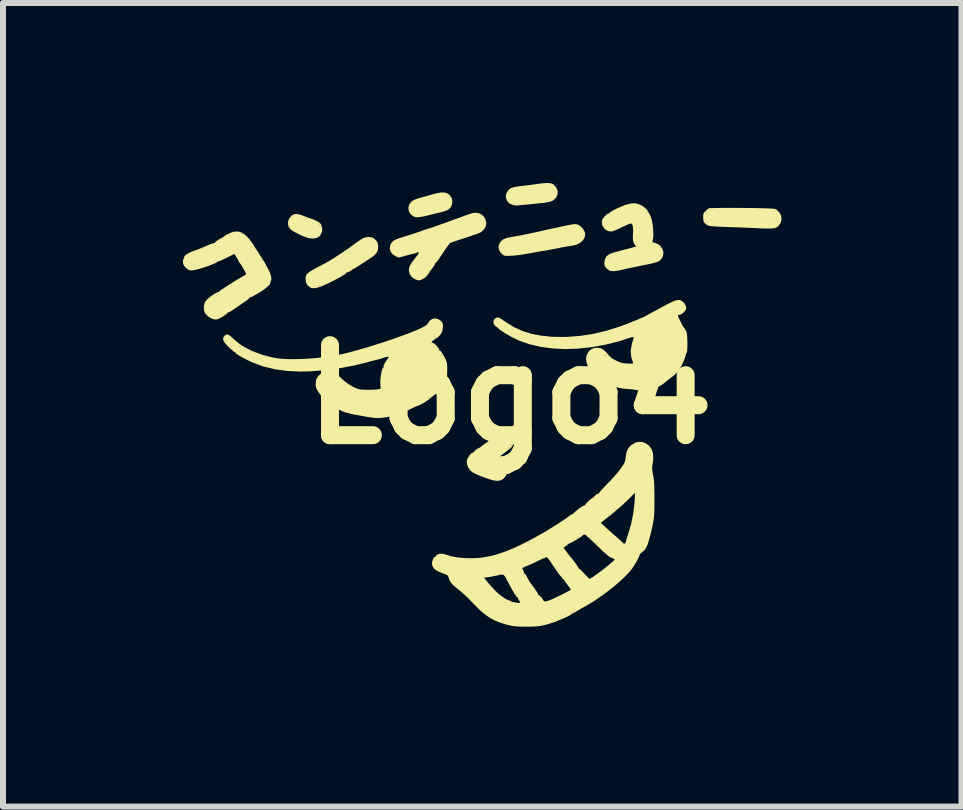
<source format=kicad_pcb>
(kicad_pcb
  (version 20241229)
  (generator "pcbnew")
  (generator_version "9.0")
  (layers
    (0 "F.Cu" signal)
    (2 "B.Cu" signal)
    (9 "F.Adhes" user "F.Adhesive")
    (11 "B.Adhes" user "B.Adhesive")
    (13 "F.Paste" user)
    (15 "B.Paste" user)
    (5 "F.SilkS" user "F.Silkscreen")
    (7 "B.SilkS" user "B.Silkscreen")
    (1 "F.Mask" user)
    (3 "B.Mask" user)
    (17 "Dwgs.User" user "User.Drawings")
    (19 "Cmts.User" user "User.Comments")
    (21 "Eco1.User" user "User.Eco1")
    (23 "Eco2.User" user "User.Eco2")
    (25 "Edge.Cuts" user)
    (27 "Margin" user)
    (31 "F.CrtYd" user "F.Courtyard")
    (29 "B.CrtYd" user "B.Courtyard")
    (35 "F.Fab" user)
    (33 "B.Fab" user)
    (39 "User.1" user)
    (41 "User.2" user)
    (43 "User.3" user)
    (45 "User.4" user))
  (footprint "Logo4"
    (layer "F.Cu")
    (at 5.451 3.526)
    (property "Reference" "Logo4" (at 0 0 0) (layer "F.SilkS") (effects (font (size 1.5 1.5) (thickness 0.3))))
    (attr board_only exclude_from_pos_files exclude_from_bom)
    (fp_poly (pts (xy -0.61 0.962) (xy -0.616 0.968) (xy -0.622 0.962) (xy -0.616 0.956)) (stroke (width 0) (type solid)) (fill yes) (layer "F.SilkS"))
    (fp_poly (pts (xy -3.48 -2.992) (xy -3.451 -2.981) (xy -3.401 -2.961) (xy -3.349 -2.942) (xy -3.317 -2.932) (xy -3.264 -2.913) (xy -3.215 -2.889) (xy -3.175 -2.864) (xy -3.152 -2.841) (xy -3.15 -2.836) (xy -3.13 -2.769) (xy -3.133 -2.711) (xy -3.157 -2.66) (xy -3.182 -2.632) (xy -3.225 -2.608) (xy -3.281 -2.599) (xy -3.345 -2.604) (xy -3.393 -2.618) (xy -3.458 -2.643) (xy -3.522 -2.673) (xy -3.581 -2.703) (xy -3.628 -2.73) (xy -3.659 -2.753) (xy -3.659 -2.753) (xy -3.691 -2.799) (xy -3.699 -2.839) (xy -3.179 -2.839) (xy -3.174 -2.833) (xy -3.168 -2.839) (xy -3.174 -2.845) (xy -3.179 -2.839) (xy -3.699 -2.839) (xy -3.702 -2.852) (xy -3.693 -2.906) (xy -3.667 -2.952) (xy -3.63 -2.989) (xy -3.589 -3.008) (xy -3.54 -3.008)) (stroke (width 0) (type solid)) (fill yes) (layer "F.SilkS"))
    (fp_poly (pts (xy -1.092 -3.367) (xy -1.049 -3.355) (xy -1.013 -3.331) (xy -1.005 -3.324) (xy -0.972 -3.277) (xy -0.96 -3.223) (xy -0.966 -3.168) (xy -0.99 -3.118) (xy -1.032 -3.078) (xy -1.057 -3.067) (xy -1.097 -3.053) (xy -1.145 -3.039) (xy -1.154 -3.037) (xy -1.209 -3.024) (xy -1.276 -3.008) (xy -1.344 -2.991) (xy -1.376 -2.983) (xy -1.45 -2.966) (xy -1.507 -2.957) (xy -1.549 -2.954) (xy -1.583 -2.959) (xy -1.612 -2.97) (xy -1.623 -2.977) (xy -1.665 -3.015) (xy -1.689 -3.063) (xy -1.693 -3.116) (xy -1.678 -3.168) (xy -1.646 -3.211) (xy -1.627 -3.227) (xy -1.606 -3.24) (xy -1.579 -3.252) (xy -1.541 -3.265) (xy -1.489 -3.281) (xy -1.422 -3.299) (xy -1.389 -3.308) (xy -1.344 -3.321) (xy -1.297 -3.335) (xy -1.212 -3.357) (xy -1.145 -3.368)) (stroke (width 0) (type solid)) (fill yes) (layer "F.SilkS"))
    (fp_poly (pts (xy 0.665 -3.523) (xy 0.706 -3.513) (xy 0.731 -3.497) (xy 0.774 -3.447) (xy 0.795 -3.392) (xy 0.793 -3.337) (xy 0.769 -3.284) (xy 0.747 -3.258) (xy 0.728 -3.242) (xy 0.707 -3.228) (xy 0.679 -3.217) (xy 0.643 -3.208) (xy 0.594 -3.199) (xy 0.53 -3.191) (xy 0.448 -3.182) (xy 0.357 -3.173) (xy 0.289 -3.167) (xy 0.226 -3.161) (xy 0.174 -3.156) (xy 0.138 -3.152) (xy 0.126 -3.15) (xy 0.09 -3.151) (xy 0.05 -3.159) (xy 0.045 -3.161) (xy -0.002 -3.181) (xy -0.033 -3.207) (xy -0.055 -3.241) (xy -0.07 -3.294) (xy -0.062 -3.348) (xy -0.031 -3.4) (xy -0.012 -3.421) (xy 0.015 -3.439) (xy 0.057 -3.454) (xy 0.117 -3.466) (xy 0.197 -3.476) (xy 0.209 -3.478) (xy 0.278 -3.485) (xy 0.355 -3.495) (xy 0.426 -3.505) (xy 0.442 -3.508) (xy 0.536 -3.52) (xy 0.61 -3.526)) (stroke (width 0) (type solid)) (fill yes) (layer "F.SilkS"))
    (fp_poly (pts (xy 1.101 -2.84) (xy 1.13 -2.832) (xy 1.138 -2.829) (xy 1.177 -2.804) (xy 1.213 -2.767) (xy 1.24 -2.724) (xy 1.254 -2.684) (xy 1.255 -2.674) (xy 1.244 -2.616) (xy 1.212 -2.565) (xy 1.163 -2.523) (xy 1.1 -2.494) (xy 1.044 -2.482) (xy 0.995 -2.475) (xy 0.936 -2.465) (xy 0.891 -2.457) (xy 0.795 -2.438) (xy 0.719 -2.423) (xy 0.661 -2.412) (xy 0.62 -2.404) (xy 0.591 -2.399) (xy 0.573 -2.397) (xy 0.546 -2.393) (xy 0.505 -2.386) (xy 0.455 -2.377) (xy 0.441 -2.374) (xy 0.342 -2.356) (xy 0.261 -2.342) (xy 0.195 -2.331) (xy 0.14 -2.323) (xy 0.09 -2.318) (xy 0.041 -2.314) (xy 0.024 -2.313) (xy -0.03 -2.31) (xy -0.066 -2.31) (xy -0.09 -2.314) (xy -0.109 -2.322) (xy -0.123 -2.332) (xy -0.161 -2.372) (xy -0.185 -2.421) (xy -0.191 -2.456) (xy -0.18 -2.508) (xy -0.15 -2.555) (xy -0.106 -2.591) (xy -0.053 -2.611) (xy -0.05 -2.612) (xy 0.01 -2.622) (xy 0.086 -2.636) (xy 0.173 -2.652) (xy 0.265 -2.671) (xy 0.355 -2.689) (xy 0.436 -2.706) (xy 0.504 -2.721) (xy 0.52 -2.725) (xy 0.561 -2.735) (xy 0.619 -2.748) (xy 0.689 -2.763) (xy 0.764 -2.779) (xy 0.839 -2.795) (xy 0.91 -2.81) (xy 0.97 -2.823) (xy 1.013 -2.832) (xy 1.023 -2.833) (xy 1.068 -2.84)) (stroke (width 0) (type solid)) (fill yes) (layer "F.SilkS"))
    (fp_poly (pts (xy 3.744 -3.111) (xy 3.846 -3.11) (xy 3.952 -3.109) (xy 4.054 -3.108) (xy 4.055 -3.108) (xy 4.158 -3.106) (xy 4.24 -3.104) (xy 4.304 -3.102) (xy 4.351 -3.1) (xy 4.386 -3.097) (xy 4.411 -3.094) (xy 4.428 -3.089) (xy 4.44 -3.084) (xy 4.447 -3.079) (xy 4.494 -3.031) (xy 4.521 -2.976) (xy 4.527 -2.918) (xy 4.513 -2.863) (xy 4.479 -2.813) (xy 4.455 -2.792) (xy 4.435 -2.781) (xy 4.409 -2.773) (xy 4.372 -2.768) (xy 4.323 -2.766) (xy 4.258 -2.767) (xy 4.174 -2.769) (xy 4.082 -2.774) (xy 4.022 -2.777) (xy 3.945 -2.78) (xy 3.857 -2.784) (xy 3.763 -2.787) (xy 3.67 -2.79) (xy 3.646 -2.791) (xy 3.563 -2.794) (xy 3.487 -2.797) (xy 3.42 -2.801) (xy 3.367 -2.805) (xy 3.332 -2.808) (xy 3.322 -2.81) (xy 3.284 -2.826) (xy 3.251 -2.851) (xy 3.25 -2.852) (xy 3.233 -2.874) (xy 3.233 -2.875) (xy 3.275 -2.875) (xy 3.281 -2.869) (xy 3.287 -2.875) (xy 3.281 -2.881) (xy 3.275 -2.875) (xy 3.233 -2.875) (xy 3.224 -2.901) (xy 3.221 -2.94) (xy 3.221 -2.955) (xy 3.222 -2.996) (xy 3.228 -3.022) (xy 3.242 -3.042) (xy 3.242 -3.042) (xy 3.263 -3.042) (xy 3.269 -3.036) (xy 3.275 -3.042) (xy 3.269 -3.048) (xy 3.263 -3.042) (xy 3.242 -3.042) (xy 3.267 -3.065) (xy 3.269 -3.066) (xy 3.316 -3.106) (xy 3.505 -3.11) (xy 3.567 -3.111) (xy 3.649 -3.111)) (stroke (width 0) (type solid)) (fill yes) (layer "F.SilkS"))
    (fp_poly (pts (xy -2.307 -2.621) (xy -2.256 -2.593) (xy -2.217 -2.549) (xy -2.202 -2.511) (xy -2.197 -2.463) (xy -2.201 -2.415) (xy -2.214 -2.377) (xy -2.216 -2.375) (xy -2.238 -2.345) (xy -2.259 -2.322) (xy -2.286 -2.3) (xy -2.325 -2.273) (xy -2.349 -2.257) (xy -2.427 -2.206) (xy -2.487 -2.167) (xy -2.533 -2.138) (xy -2.565 -2.118) (xy -2.587 -2.105) (xy -2.6 -2.097) (xy -2.608 -2.094) (xy -2.61 -2.094) (xy -2.627 -2.085) (xy -2.628 -2.084) (xy -2.648 -2.065) (xy -2.675 -2.049) (xy -2.701 -2.039) (xy -2.716 -2.039) (xy -2.724 -2.04) (xy -2.722 -2.036) (xy -2.728 -2.024) (xy -2.756 -2.002) (xy -2.805 -1.972) (xy -2.874 -1.933) (xy -2.964 -1.886) (xy -2.97 -1.883) (xy -3.068 -1.835) (xy -3.148 -1.801) (xy -3.213 -1.779) (xy -3.265 -1.771) (xy -3.306 -1.774) (xy -3.329 -1.783) (xy -3.363 -1.811) (xy -3.179 -1.811) (xy -3.174 -1.805) (xy -3.168 -1.811) (xy -3.174 -1.817) (xy -3.179 -1.811) (xy -3.363 -1.811) (xy -3.374 -1.819) (xy -3.399 -1.866) (xy -3.407 -1.923) (xy -3.405 -1.963) (xy -3.397 -1.99) (xy -3.379 -2.013) (xy -3.366 -2.025) (xy -3.34 -2.045) (xy -3.297 -2.072) (xy -3.245 -2.101) (xy -3.196 -2.127) (xy -3.135 -2.158) (xy -3.071 -2.193) (xy -3.015 -2.225) (xy -2.982 -2.245) (xy -2.936 -2.274) (xy -2.884 -2.308) (xy -2.83 -2.343) (xy -2.779 -2.377) (xy -2.735 -2.407) (xy -2.702 -2.429) (xy -2.684 -2.441) (xy -2.683 -2.442) (xy -2.646 -2.469) (xy -2.598 -2.505) (xy -2.545 -2.543) (xy -2.498 -2.576) (xy -2.431 -2.613) (xy -2.367 -2.627)) (stroke (width 0) (type solid)) (fill yes) (layer "F.SilkS"))
    (fp_poly (pts (xy -0.045 0.628) (xy 0.003 0.649) (xy 0.04 0.684) (xy 0.061 0.731) (xy 0.064 0.787) (xy 0.061 0.802) (xy 0.049 0.839) (xy 0.032 0.87) (xy 0.028 0.875) (xy 0.009 0.893) (xy -0.025 0.921) (xy -0.067 0.955) (xy -0.112 0.989) (xy -0.154 1.021) (xy -0.189 1.046) (xy -0.199 1.052) (xy -0.219 1.068) (xy -0.227 1.078) (xy -0.217 1.088) (xy -0.191 1.102) (xy -0.169 1.112) (xy -0.113 1.141) (xy -0.077 1.174) (xy -0.058 1.216) (xy -0.051 1.258) (xy -0.051 1.305) (xy -0.061 1.341) (xy -0.07 1.359) (xy -0.107 1.404) (xy -0.152 1.431) (xy -0.207 1.44) (xy -0.275 1.432) (xy -0.347 1.412) (xy -0.446 1.377) (xy -0.525 1.346) (xy -0.586 1.318) (xy -0.632 1.291) (xy -0.665 1.262) (xy -0.684 1.237) (xy -0.669 1.237) (xy -0.663 1.243) (xy -0.657 1.237) (xy -0.663 1.231) (xy -0.669 1.237) (xy -0.684 1.237) (xy -0.689 1.231) (xy -0.706 1.194) (xy -0.707 1.189) (xy -0.084 1.189) (xy -0.078 1.195) (xy -0.072 1.189) (xy -0.078 1.183) (xy -0.084 1.189) (xy -0.707 1.189) (xy -0.718 1.15) (xy -0.718 1.149) (xy -0.721 1.11) (xy -0.708 1.071) (xy -0.705 1.065) (xy -0.677 1.019) (xy -0.65 0.986) (xy -0.627 0.971) (xy -0.62 0.971) (xy -0.606 0.966) (xy -0.604 0.96) (xy -0.595 0.946) (xy -0.572 0.926) (xy -0.544 0.905) (xy -0.519 0.89) (xy -0.024 0.89) (xy -0.018 0.896) (xy -0.012 0.89) (xy -0.018 0.885) (xy -0.024 0.89) (xy -0.519 0.89) (xy -0.518 0.89) (xy -0.502 0.885) (xy -0.488 0.876) (xy -0.488 0.875) (xy -0.477 0.864) (xy -0.465 0.855) (xy 0.012 0.855) (xy 0.018 0.861) (xy 0.024 0.855) (xy 0.018 0.849) (xy 0.012 0.855) (xy -0.465 0.855) (xy -0.451 0.844) (xy -0.415 0.819) (xy -0.406 0.812) (xy -0.369 0.786) (xy -0.34 0.766) (xy -0.324 0.754) (xy -0.323 0.753) (xy -0.303 0.736) (xy -0.275 0.715) (xy -0.245 0.696) (xy -0.222 0.682) (xy -0.212 0.678) (xy -0.204 0.672) (xy -0.203 0.669) (xy -0.193 0.656) (xy -0.169 0.642) (xy -0.162 0.639) (xy -0.101 0.624)) (stroke (width 0) (type solid)) (fill yes) (layer "F.SilkS"))
    (fp_poly (pts (xy -0.497 -3.013) (xy -0.449 -2.98) (xy -0.413 -2.931) (xy -0.396 -2.872) (xy -0.394 -2.849) (xy -0.405 -2.799) (xy -0.435 -2.75) (xy -0.479 -2.709) (xy -0.529 -2.683) (xy -0.565 -2.671) (xy -0.593 -2.662) (xy -0.601 -2.66) (xy -0.623 -2.654) (xy -0.645 -2.645) (xy -0.668 -2.637) (xy -0.708 -2.623) (xy -0.76 -2.606) (xy -0.819 -2.587) (xy -0.831 -2.583) (xy -0.889 -2.564) (xy -0.939 -2.547) (xy -0.976 -2.534) (xy -0.997 -2.526) (xy -0.999 -2.525) (xy -1.007 -2.516) (xy -1.021 -2.498) (xy -1.043 -2.467) (xy -1.075 -2.422) (xy -1.116 -2.361) (xy -1.169 -2.283) (xy -1.187 -2.256) (xy -1.212 -2.222) (xy -1.233 -2.197) (xy -1.246 -2.187) (xy -1.246 -2.187) (xy -1.253 -2.182) (xy -1.251 -2.18) (xy -1.253 -2.167) (xy -1.267 -2.142) (xy -1.277 -2.129) (xy -1.304 -2.092) (xy -1.334 -2.049) (xy -1.345 -2.032) (xy -1.382 -1.982) (xy -1.417 -1.947) (xy -1.457 -1.923) (xy -1.467 -1.918) (xy -1.499 -1.905) (xy -1.524 -1.902) (xy -1.553 -1.91) (xy -1.587 -1.924) (xy -1.637 -1.959) (xy -1.671 -2.007) (xy -1.682 -2.05) (xy -1.351 -2.05) (xy -1.345 -2.044) (xy -1.339 -2.05) (xy -1.345 -2.056) (xy -1.351 -2.05) (xy -1.682 -2.05) (xy -1.685 -2.065) (xy -1.685 -2.071) (xy -1.683 -2.103) (xy -1.674 -2.134) (xy -1.656 -2.169) (xy -1.627 -2.212) (xy -1.585 -2.267) (xy -1.579 -2.275) (xy -1.544 -2.32) (xy -1.525 -2.35) (xy -1.52 -2.366) (xy -1.524 -2.371) (xy -1.543 -2.371) (xy -1.547 -2.368) (xy -1.563 -2.358) (xy -1.587 -2.352) (xy -1.612 -2.346) (xy -1.654 -2.336) (xy -1.705 -2.322) (xy -1.736 -2.314) (xy -1.853 -2.282) (xy -1.905 -2.305) (xy -1.957 -2.339) (xy -1.99 -2.383) (xy -2.004 -2.434) (xy -1.997 -2.488) (xy -1.979 -2.523) (xy -1.959 -2.547) (xy -1.933 -2.568) (xy -1.897 -2.587) (xy -1.845 -2.606) (xy -1.775 -2.628) (xy -1.769 -2.63) (xy -1.709 -2.648) (xy -1.646 -2.668) (xy -1.585 -2.688) (xy -1.531 -2.706) (xy -1.491 -2.72) (xy -1.476 -2.726) (xy -1.454 -2.734) (xy -1.416 -2.747) (xy -1.369 -2.762) (xy -1.357 -2.766) (xy -1.326 -2.775) (xy -1.293 -2.786) (xy -1.253 -2.8) (xy -1.204 -2.817) (xy -1.145 -2.838) (xy -1.072 -2.865) (xy -0.984 -2.897) (xy -0.877 -2.936) (xy -0.777 -2.972) (xy -0.723 -2.992) (xy -0.672 -3.009) (xy -0.633 -3.021) (xy -0.618 -3.025) (xy -0.555 -3.03)) (stroke (width 0) (type solid)) (fill yes) (layer "F.SilkS"))
    (fp_poly (pts (xy 2.138 -3.176) (xy 2.186 -3.156) (xy 2.221 -3.134) (xy 2.257 -3.105) (xy 2.286 -3.076) (xy 2.304 -3.05) (xy 2.307 -3.04) (xy 2.314 -3.024) (xy 2.317 -3.022) (xy 2.326 -3.01) (xy 2.339 -2.981) (xy 2.354 -2.941) (xy 2.355 -2.94) (xy 2.369 -2.886) (xy 2.38 -2.819) (xy 2.387 -2.746) (xy 2.39 -2.677) (xy 2.388 -2.617) (xy 2.381 -2.58) (xy 2.375 -2.551) (xy 2.379 -2.538) (xy 2.397 -2.531) (xy 2.407 -2.529) (xy 2.466 -2.508) (xy 2.513 -2.471) (xy 2.544 -2.424) (xy 2.558 -2.371) (xy 2.552 -2.315) (xy 2.531 -2.27) (xy 2.514 -2.248) (xy 2.495 -2.231) (xy 2.471 -2.216) (xy 2.436 -2.203) (xy 2.389 -2.19) (xy 2.324 -2.175) (xy 2.263 -2.163) (xy 2.16 -2.142) (xy 2.078 -2.125) (xy 2.012 -2.111) (xy 1.959 -2.1) (xy 1.915 -2.09) (xy 1.878 -2.081) (xy 1.847 -2.074) (xy 1.796 -2.064) (xy 1.745 -2.057) (xy 1.718 -2.056) (xy 1.678 -2.059) (xy 1.649 -2.071) (xy 1.617 -2.096) (xy 1.59 -2.124) (xy 1.577 -2.149) (xy 1.573 -2.183) (xy 1.573 -2.195) (xy 1.583 -2.257) (xy 1.595 -2.277) (xy 1.65 -2.277) (xy 1.655 -2.271) (xy 1.661 -2.277) (xy 1.655 -2.283) (xy 1.65 -2.277) (xy 1.595 -2.277) (xy 1.611 -2.305) (xy 1.66 -2.342) (xy 1.727 -2.367) (xy 1.752 -2.373) (xy 1.794 -2.384) (xy 1.849 -2.399) (xy 1.91 -2.415) (xy 1.93 -2.42) (xy 1.989 -2.435) (xy 2.04 -2.449) (xy 2.066 -2.456) (xy 2.498 -2.456) (xy 2.504 -2.45) (xy 2.51 -2.456) (xy 2.504 -2.462) (xy 2.498 -2.456) (xy 2.066 -2.456) (xy 2.078 -2.46) (xy 2.098 -2.466) (xy 2.101 -2.467) (xy 2.097 -2.478) (xy 2.089 -2.488) (xy 2.065 -2.522) (xy 2.051 -2.564) (xy 2.048 -2.621) (xy 2.05 -2.673) (xy 2.053 -2.749) (xy 2.047 -2.804) (xy 2.044 -2.814) (xy 2.037 -2.834) (xy 2.029 -2.846) (xy 2.017 -2.85) (xy 1.996 -2.847) (xy 1.964 -2.834) (xy 1.916 -2.812) (xy 1.859 -2.785) (xy 1.807 -2.76) (xy 1.76 -2.739) (xy 1.724 -2.725) (xy 1.707 -2.719) (xy 1.657 -2.718) (xy 1.61 -2.737) (xy 1.569 -2.771) (xy 1.541 -2.816) (xy 1.53 -2.869) (xy 1.53 -2.872) (xy 1.53 -2.875) (xy 1.542 -2.875) (xy 1.548 -2.869) (xy 1.554 -2.875) (xy 1.548 -2.881) (xy 1.542 -2.875) (xy 1.53 -2.875) (xy 1.534 -2.903) (xy 1.547 -2.931) (xy 1.575 -2.966) (xy 1.58 -2.971) (xy 1.61 -3) (xy 1.635 -3.017) (xy 1.646 -3.019) (xy 1.657 -3.019) (xy 1.656 -3.023) (xy 1.663 -3.033) (xy 1.675 -3.042) (xy 2.283 -3.042) (xy 2.289 -3.036) (xy 2.295 -3.042) (xy 2.289 -3.048) (xy 2.283 -3.042) (xy 1.675 -3.042) (xy 1.687 -3.051) (xy 1.726 -3.072) (xy 1.774 -3.096) (xy 1.827 -3.121) (xy 1.882 -3.144) (xy 1.93 -3.162) (xy 2.009 -3.183) (xy 2.077 -3.188)) (stroke (width 0) (type solid)) (fill yes) (layer "F.SilkS"))
    (fp_poly (pts (xy 2.828 -1.575) (xy 2.855 -1.565) (xy 2.862 -1.561) (xy 2.898 -1.532) (xy 2.924 -1.493) (xy 2.937 -1.452) (xy 2.935 -1.428) (xy 2.92 -1.396) (xy 2.892 -1.364) (xy 2.859 -1.339) (xy 2.83 -1.327) (xy 2.826 -1.327) (xy 2.806 -1.325) (xy 2.799 -1.316) (xy 2.804 -1.296) (xy 2.821 -1.261) (xy 2.825 -1.253) (xy 2.844 -1.216) (xy 2.858 -1.184) (xy 2.862 -1.173) (xy 2.875 -1.148) (xy 2.898 -1.117) (xy 2.905 -1.109) (xy 2.936 -1.059) (xy 2.949 -1.017) (xy 2.953 -0.977) (xy 2.956 -0.927) (xy 2.958 -0.871) (xy 2.958 -0.815) (xy 2.956 -0.764) (xy 2.953 -0.724) (xy 2.949 -0.7) (xy 2.946 -0.696) (xy 2.935 -0.679) (xy 2.934 -0.675) (xy 2.929 -0.65) (xy 2.916 -0.611) (xy 2.898 -0.563) (xy 2.877 -0.515) (xy 2.856 -0.472) (xy 2.853 -0.467) (xy 2.798 -0.384) (xy 2.734 -0.317) (xy 2.689 -0.284) (xy 2.647 -0.252) (xy 2.602 -0.217) (xy 2.588 -0.204) (xy 2.552 -0.175) (xy 2.514 -0.151) (xy 2.464 -0.126) (xy 2.426 -0.109) (xy 2.388 -0.097) (xy 2.335 -0.087) (xy 2.274 -0.079) (xy 2.212 -0.073) (xy 2.155 -0.071) (xy 2.109 -0.073) (xy 2.086 -0.078) (xy 2.07 -0.081) (xy 2.035 -0.085) (xy 1.987 -0.09) (xy 1.941 -0.094) (xy 1.87 -0.101) (xy 1.814 -0.111) (xy 1.763 -0.125) (xy 1.706 -0.146) (xy 1.705 -0.147) (xy 1.598 -0.197) (xy 1.505 -0.254) (xy 1.425 -0.317) (xy 1.446 -0.317) (xy 1.452 -0.311) (xy 1.458 -0.317) (xy 1.452 -0.323) (xy 1.446 -0.317) (xy 1.425 -0.317) (xy 1.425 -0.317) (xy 1.36 -0.383) (xy 1.348 -0.4) (xy 1.363 -0.4) (xy 1.369 -0.394) (xy 1.375 -0.4) (xy 1.369 -0.406) (xy 1.363 -0.4) (xy 1.348 -0.4) (xy 1.311 -0.451) (xy 1.28 -0.519) (xy 1.268 -0.586) (xy 1.276 -0.649) (xy 1.277 -0.651) (xy 1.59 -0.651) (xy 1.596 -0.645) (xy 1.602 -0.651) (xy 1.596 -0.657) (xy 1.59 -0.651) (xy 1.277 -0.651) (xy 1.305 -0.706) (xy 1.318 -0.723) (xy 1.358 -0.757) (xy 1.404 -0.775) (xy 1.465 -0.78) (xy 1.519 -0.769) (xy 1.571 -0.737) (xy 1.623 -0.682) (xy 1.629 -0.675) (xy 1.665 -0.634) (xy 1.704 -0.602) (xy 1.757 -0.572) (xy 1.769 -0.565) (xy 1.82 -0.542) (xy 1.863 -0.527) (xy 1.908 -0.52) (xy 1.959 -0.516) (xy 2.008 -0.514) (xy 2.037 -0.515) (xy 2.05 -0.518) (xy 2.053 -0.525) (xy 2.05 -0.534) (xy 2.02 -0.632) (xy 2.013 -0.732) (xy 2.03 -0.835) (xy 2.043 -0.88) (xy 2.055 -0.917) (xy 2.061 -0.946) (xy 2.061 -0.957) (xy 2.048 -0.959) (xy 2.021 -0.952) (xy 2.014 -0.949) (xy 1.987 -0.94) (xy 1.973 -0.938) (xy 1.972 -0.94) (xy 1.965 -0.94) (xy 1.957 -0.935) (xy 1.94 -0.927) (xy 1.905 -0.915) (xy 1.858 -0.899) (xy 1.811 -0.885) (xy 1.581 -0.828) (xy 1.353 -0.788) (xy 1.13 -0.764) (xy 0.914 -0.757) (xy 0.706 -0.768) (xy 0.508 -0.795) (xy 0.323 -0.838) (xy 0.152 -0.898) (xy 0.048 -0.947) (xy -0.017 -0.983) (xy -0.079 -1.02) (xy -0.133 -1.055) (xy -0.175 -1.085) (xy -0.197 -1.106) (xy -0.215 -1.122) (xy -0.242 -1.141) (xy -0.266 -1.162) (xy -0.267 -1.165) (xy -0.263 -1.165) (xy -0.257 -1.159) (xy -0.251 -1.165) (xy -0.257 -1.171) (xy -0.263 -1.165) (xy -0.267 -1.165) (xy -0.274 -1.192) (xy -0.275 -1.206) (xy -0.271 -1.239) (xy -0.254 -1.261) (xy -0.239 -1.271) (xy -0.221 -1.281) (xy -0.205 -1.284) (xy -0.187 -1.281) (xy -0.162 -1.27) (xy -0.127 -1.247) (xy -0.078 -1.214) (xy -0.059 -1.201) (xy 0.069 -1.122) (xy 0.207 -1.059) (xy 0.357 -1.012) (xy 0.521 -0.98) (xy 0.7 -0.962) (xy 0.896 -0.959) (xy 0.962 -0.961) (xy 1.179 -0.978) (xy 1.394 -1.012) (xy 1.611 -1.064) (xy 1.835 -1.134) (xy 1.942 -1.174) (xy 2.002 -1.197) (xy 2.065 -1.223) (xy 2.127 -1.248) (xy 2.183 -1.273) (xy 2.231 -1.293) (xy 2.264 -1.309) (xy 2.278 -1.317) (xy 2.295 -1.327) (xy 2.326 -1.345) (xy 2.356 -1.36) (xy 2.391 -1.379) (xy 2.441 -1.406) (xy 2.499 -1.438) (xy 2.559 -1.471) (xy 2.564 -1.473) (xy 2.622 -1.504) (xy 2.678 -1.532) (xy 2.727 -1.554) (xy 2.761 -1.567) (xy 2.764 -1.568) (xy 2.802 -1.576)) (stroke (width 0) (type solid)) (fill yes) (layer "F.SilkS"))
    (fp_poly (pts (xy -4.474 -2.701) (xy -4.411 -2.66) (xy -4.35 -2.596) (xy -4.338 -2.58) (xy -4.312 -2.545) (xy -4.291 -2.516) (xy -4.279 -2.502) (xy -4.268 -2.484) (xy -4.267 -2.479) (xy -4.261 -2.466) (xy -4.244 -2.44) (xy -4.225 -2.413) (xy -4.203 -2.381) (xy -4.188 -2.357) (xy -4.184 -2.348) (xy -4.177 -2.335) (xy -4.16 -2.311) (xy -4.154 -2.302) (xy -4.135 -2.274) (xy -4.124 -2.253) (xy -4.124 -2.249) (xy -4.118 -2.236) (xy -4.115 -2.235) (xy -4.103 -2.226) (xy -4.093 -2.208) (xy -4.081 -2.186) (xy -4.062 -2.149) (xy -4.038 -2.105) (xy -4.029 -2.089) (xy -3.997 -2.02) (xy -3.98 -1.958) (xy -3.978 -1.908) (xy -3.992 -1.871) (xy -3.993 -1.87) (xy -4 -1.856) (xy -3.997 -1.853) (xy -3.996 -1.846) (xy -4.009 -1.829) (xy -4.034 -1.805) (xy -4.067 -1.777) (xy -4.102 -1.749) (xy -4.137 -1.724) (xy -4.154 -1.714) (xy -4.199 -1.687) (xy -4.244 -1.661) (xy -4.273 -1.644) (xy -4.303 -1.629) (xy -4.325 -1.621) (xy -4.33 -1.622) (xy -4.337 -1.619) (xy -4.336 -1.616) (xy -4.344 -1.606) (xy -4.368 -1.585) (xy -4.405 -1.557) (xy -4.446 -1.529) (xy -4.5 -1.492) (xy -4.554 -1.455) (xy -4.6 -1.423) (xy -4.623 -1.407) (xy -4.657 -1.385) (xy -4.685 -1.371) (xy -4.698 -1.369) (xy -4.707 -1.367) (xy -4.707 -1.361) (xy -4.715 -1.349) (xy -4.739 -1.33) (xy -4.773 -1.307) (xy -4.811 -1.285) (xy -4.848 -1.265) (xy -4.878 -1.253) (xy -4.883 -1.252) (xy -4.911 -1.25) (xy -4.945 -1.255) (xy -4.993 -1.275) (xy -5.04 -1.308) (xy -5.063 -1.333) (xy -4.769 -1.333) (xy -4.763 -1.327) (xy -4.757 -1.333) (xy -4.763 -1.339) (xy -4.769 -1.333) (xy -5.063 -1.333) (xy -5.076 -1.347) (xy -5.082 -1.357) (xy -5.044 -1.357) (xy -5.038 -1.351) (xy -5.032 -1.357) (xy -5.038 -1.363) (xy -5.044 -1.357) (xy -5.082 -1.357) (xy -5.086 -1.363) (xy -5.101 -1.411) (xy -5.103 -1.468) (xy -5.092 -1.522) (xy -5.081 -1.547) (xy -5.057 -1.576) (xy -5.02 -1.61) (xy -4.977 -1.644) (xy -4.932 -1.674) (xy -4.892 -1.697) (xy -4.862 -1.709) (xy -4.856 -1.709) (xy -4.844 -1.713) (xy -4.845 -1.717) (xy -4.842 -1.722) (xy -4.828 -1.734) (xy -4.802 -1.753) (xy -4.761 -1.78) (xy -4.704 -1.816) (xy -4.694 -1.823) (xy -4.65 -1.823) (xy -4.644 -1.817) (xy -4.638 -1.823) (xy -4.644 -1.829) (xy -4.65 -1.823) (xy -4.694 -1.823) (xy -4.63 -1.863) (xy -4.579 -1.895) (xy -4.004 -1.895) (xy -3.998 -1.889) (xy -3.992 -1.895) (xy -3.998 -1.901) (xy -4.004 -1.895) (xy -4.579 -1.895) (xy -4.537 -1.921) (xy -4.53 -1.925) (xy -4.51 -1.937) (xy -4.478 -1.955) (xy -4.455 -1.968) (xy -4.424 -1.987) (xy -4.403 -2.003) (xy -4.399 -2.009) (xy -4.404 -2.024) (xy -4.419 -2.053) (xy -4.44 -2.09) (xy -4.463 -2.129) (xy -4.484 -2.164) (xy -4.501 -2.188) (xy -4.509 -2.197) (xy -4.518 -2.211) (xy -4.518 -2.211) (xy -4.524 -2.224) (xy -4.537 -2.25) (xy -4.555 -2.281) (xy -4.573 -2.311) (xy -4.588 -2.334) (xy -4.595 -2.343) (xy -4.605 -2.337) (xy -4.633 -2.324) (xy -4.674 -2.303) (xy -4.723 -2.279) (xy -4.726 -2.277) (xy -4.777 -2.253) (xy -4.82 -2.233) (xy -4.852 -2.221) (xy -4.866 -2.218) (xy -4.867 -2.218) (xy -4.876 -2.217) (xy -4.877 -2.214) (xy -4.888 -2.203) (xy -4.917 -2.187) (xy -4.961 -2.168) (xy -5.016 -2.147) (xy -5.076 -2.126) (xy -5.138 -2.107) (xy -5.197 -2.089) (xy -5.249 -2.077) (xy -5.29 -2.069) (xy -5.306 -2.068) (xy -5.34 -2.071) (xy -5.366 -2.082) (xy -5.395 -2.106) (xy -5.404 -2.114) (xy -5.432 -2.145) (xy -5.446 -2.171) (xy -5.45 -2.202) (xy -5.451 -2.217) (xy -5.448 -2.25) (xy -5.442 -2.265) (xy -5.439 -2.265) (xy -5.431 -2.267) (xy -5.433 -2.273) (xy -5.43 -2.298) (xy -5.407 -2.325) (xy -5.365 -2.353) (xy -5.308 -2.38) (xy -5.282 -2.39) (xy -5.226 -2.41) (xy -5.169 -2.432) (xy -5.128 -2.432) (xy -5.122 -2.426) (xy -5.116 -2.432) (xy -5.122 -2.438) (xy -5.128 -2.432) (xy -5.169 -2.432) (xy -5.159 -2.436) (xy -5.092 -2.464) (xy -5.082 -2.468) (xy -4.303 -2.468) (xy -4.297 -2.462) (xy -4.291 -2.468) (xy -4.297 -2.474) (xy -4.303 -2.468) (xy -5.082 -2.468) (xy -5.058 -2.479) (xy -5.007 -2.5) (xy -4.964 -2.516) (xy -4.934 -2.525) (xy -4.921 -2.526) (xy -4.915 -2.526) (xy -4.917 -2.531) (xy -4.911 -2.543) (xy -4.887 -2.562) (xy -4.849 -2.586) (xy -4.844 -2.589) (xy -4.805 -2.611) (xy -4.774 -2.63) (xy -4.758 -2.641) (xy -4.757 -2.642) (xy -4.74 -2.655) (xy -4.732 -2.66) (xy -4.674 -2.66) (xy -4.668 -2.654) (xy -4.662 -2.66) (xy -4.668 -2.666) (xy -4.674 -2.66) (xy -4.732 -2.66) (xy -4.708 -2.672) (xy -4.683 -2.683) (xy -4.482 -2.683) (xy -4.476 -2.677) (xy -4.47 -2.683) (xy -4.476 -2.689) (xy -4.482 -2.683) (xy -4.683 -2.683) (xy -4.668 -2.69) (xy -4.628 -2.705) (xy -4.608 -2.712) (xy -4.54 -2.718)) (stroke (width 0) (type solid)) (fill yes) (layer "F.SilkS"))
    (fp_poly (pts (xy -1.189 -1.254) (xy -1.156 -1.23) (xy -1.134 -1.206) (xy -1.122 -1.183) (xy -1.118 -1.151) (xy -1.118 -1.124) (xy -1.126 -1.059) (xy -1.154 -1.004) (xy -1.201 -0.954) (xy -1.249 -0.922) (xy -1.287 -0.896) (xy -1.305 -0.876) (xy -1.304 -0.864) (xy -1.287 -0.861) (xy -1.268 -0.852) (xy -1.243 -0.831) (xy -1.216 -0.804) (xy -1.193 -0.775) (xy -1.179 -0.751) (xy -1.178 -0.739) (xy -1.181 -0.73) (xy -1.178 -0.732) (xy -1.163 -0.731) (xy -1.141 -0.707) (xy -1.112 -0.661) (xy -1.087 -0.614) (xy -1.069 -0.579) (xy -1.058 -0.55) (xy -1.051 -0.522) (xy -1.047 -0.487) (xy -1.046 -0.441) (xy -1.046 -0.389) (xy -1.048 -0.309) (xy -1.053 -0.245) (xy -1.061 -0.202) (xy -1.062 -0.198) (xy -1.088 -0.151) (xy -1.128 -0.099) (xy -1.177 -0.052) (xy -1.226 -0.017) (xy -1.264 0.009) (xy -1.306 0.043) (xy -1.329 0.064) (xy -1.361 0.09) (xy -1.405 0.12) (xy -1.454 0.149) (xy -1.502 0.174) (xy -1.542 0.191) (xy -1.56 0.196) (xy -1.575 0.202) (xy -1.606 0.217) (xy -1.648 0.237) (xy -1.681 0.254) (xy -1.738 0.282) (xy -1.781 0.299) (xy -1.808 0.304) (xy -1.813 0.304) (xy -1.826 0.301) (xy -1.82 0.307) (xy -1.821 0.316) (xy -1.842 0.327) (xy -1.879 0.339) (xy -1.927 0.352) (xy -1.983 0.364) (xy -2.044 0.376) (xy -2.104 0.385) (xy -2.16 0.391) (xy -2.208 0.393) (xy -2.216 0.393) (xy -2.255 0.391) (xy -2.309 0.384) (xy -2.368 0.375) (xy -2.397 0.37) (xy -2.463 0.358) (xy -2.534 0.345) (xy -2.599 0.334) (xy -2.618 0.33) (xy -2.751 0.297) (xy -2.877 0.242) (xy -2.993 0.169) (xy -3.096 0.079) (xy -3.119 0.052) (xy -1.359 0.052) (xy -1.357 0.059) (xy -1.351 0.06) (xy -1.341 0.055) (xy -1.343 0.052) (xy -1.357 0.05) (xy -1.359 0.052) (xy -3.119 0.052) (xy -3.182 -0.025) (xy -3.193 -0.041) (xy -3.219 -0.083) (xy -3.233 -0.117) (xy -3.238 -0.151) (xy -3.239 -0.18) (xy -3.23 -0.248) (xy -3.202 -0.302) (xy -3.199 -0.305) (xy -2.881 -0.305) (xy -2.875 -0.299) (xy -2.869 -0.305) (xy -2.875 -0.311) (xy -2.881 -0.305) (xy -3.199 -0.305) (xy -3.153 -0.346) (xy -3.137 -0.356) (xy -3.093 -0.375) (xy -3.05 -0.378) (xy -3.042 -0.377) (xy -2.981 -0.37) (xy -2.939 -0.362) (xy -2.908 -0.352) (xy -2.884 -0.337) (xy -2.859 -0.316) (xy -2.844 -0.301) (xy -2.765 -0.228) (xy -2.683 -0.167) (xy -2.603 -0.121) (xy -2.529 -0.092) (xy -2.501 -0.085) (xy -2.461 -0.081) (xy -2.405 -0.079) (xy -2.343 -0.078) (xy -2.282 -0.08) (xy -2.23 -0.083) (xy -2.199 -0.087) (xy -2.156 -0.096) (xy -2.161 -0.175) (xy -2.162 -0.218) (xy -2.158 -0.268) (xy -2.151 -0.32) (xy -2.143 -0.369) (xy -2.133 -0.409) (xy -2.123 -0.437) (xy -2.114 -0.447) (xy -2.112 -0.446) (xy -2.106 -0.446) (xy -2.108 -0.452) (xy -2.109 -0.472) (xy -2.096 -0.506) (xy -2.072 -0.548) (xy -2.049 -0.582) (xy -2.03 -0.608) (xy -2.021 -0.624) (xy -2.02 -0.626) (xy -2.03 -0.629) (xy -2.054 -0.626) (xy -2.084 -0.62) (xy -2.111 -0.611) (xy -2.118 -0.608) (xy -2.143 -0.598) (xy -2.179 -0.589) (xy -2.19 -0.586) (xy -2.225 -0.578) (xy -2.274 -0.565) (xy -2.329 -0.551) (xy -2.355 -0.543) (xy -2.59 -0.485) (xy -2.834 -0.439) (xy -3.078 -0.406) (xy -3.317 -0.387) (xy -3.494 -0.382) (xy -3.711 -0.392) (xy -3.915 -0.42) (xy -4.107 -0.466) (xy -4.288 -0.532) (xy -4.378 -0.574) (xy -4.428 -0.6) (xy -4.472 -0.623) (xy -4.504 -0.641) (xy -4.518 -0.651) (xy -4.545 -0.668) (xy -4.558 -0.673) (xy -4.572 -0.686) (xy -4.571 -0.695) (xy -4.569 -0.703) (xy -4.576 -0.701) (xy -4.59 -0.705) (xy -4.598 -0.711) (xy -4.315 -0.711) (xy -4.309 -0.705) (xy -4.303 -0.711) (xy -4.309 -0.717) (xy -4.315 -0.711) (xy -4.598 -0.711) (xy -4.617 -0.725) (xy -4.642 -0.747) (xy -4.638 -0.747) (xy -4.632 -0.741) (xy -4.626 -0.747) (xy -4.632 -0.753) (xy -4.638 -0.747) (xy -4.642 -0.747) (xy -4.653 -0.757) (xy -4.685 -0.787) (xy -4.693 -0.795) (xy -4.65 -0.795) (xy -4.644 -0.789) (xy -4.638 -0.795) (xy -4.644 -0.801) (xy -4.65 -0.795) (xy -4.693 -0.795) (xy -4.704 -0.807) (xy -4.506 -0.807) (xy -4.5 -0.801) (xy -4.494 -0.807) (xy -4.5 -0.813) (xy -4.506 -0.807) (xy -4.704 -0.807) (xy -4.736 -0.84) (xy -4.768 -0.882) (xy -4.776 -0.902) (xy -4.745 -0.902) (xy -4.739 -0.896) (xy -4.733 -0.902) (xy -4.739 -0.908) (xy -4.745 -0.902) (xy -4.776 -0.902) (xy -4.782 -0.917) (xy -4.781 -0.946) (xy -4.764 -0.973) (xy -4.757 -0.98) (xy -4.733 -0.998) (xy -4.708 -1.001) (xy -4.678 -0.987) (xy -4.638 -0.955) (xy -4.632 -0.949) (xy -4.57 -0.894) (xy -4.519 -0.852) (xy -4.471 -0.817) (xy -4.42 -0.787) (xy -4.37 -0.76) (xy -4.25 -0.706) (xy -4.117 -0.659) (xy -3.984 -0.623) (xy -3.951 -0.616) (xy -3.841 -0.599) (xy -3.712 -0.59) (xy -3.569 -0.589) (xy -3.416 -0.594) (xy -3.257 -0.605) (xy -3.097 -0.623) (xy -2.939 -0.646) (xy -2.913 -0.651) (xy -1.147 -0.651) (xy -1.142 -0.645) (xy -1.136 -0.651) (xy -1.142 -0.657) (xy -1.147 -0.651) (xy -2.913 -0.651) (xy -2.789 -0.675) (xy -2.649 -0.71) (xy -2.642 -0.712) (xy -2.589 -0.727) (xy -2.532 -0.743) (xy -2.51 -0.749) (xy -2.404 -0.779) (xy -2.29 -0.814) (xy -2.2 -0.843) (xy -1.327 -0.843) (xy -1.321 -0.837) (xy -1.315 -0.843) (xy -1.321 -0.849) (xy -1.327 -0.843) (xy -2.2 -0.843) (xy -2.17 -0.852) (xy -2.048 -0.892) (xy -1.928 -0.933) (xy -1.881 -0.95) (xy -1.243 -0.95) (xy -1.237 -0.944) (xy -1.231 -0.95) (xy -1.237 -0.956) (xy -1.243 -0.95) (xy -1.881 -0.95) (xy -1.814 -0.974) (xy -1.708 -1.013) (xy -1.615 -1.049) (xy -1.538 -1.081) (xy -1.482 -1.106) (xy -1.431 -1.133) (xy -1.397 -1.155) (xy -1.375 -1.175) (xy -1.361 -1.198) (xy -1.36 -1.2) (xy -1.329 -1.24) (xy -1.286 -1.263) (xy -1.238 -1.268)) (stroke (width 0) (type solid)) (fill yes) (layer "F.SilkS"))
    (fp_poly (pts (xy 2.201 0.792) (xy 2.255 0.81) (xy 2.261 0.812) (xy 2.321 0.856) (xy 2.362 0.913) (xy 2.385 0.985) (xy 2.389 1.073) (xy 2.377 1.163) (xy 2.371 1.2) (xy 2.37 1.236) (xy 2.374 1.279) (xy 2.384 1.335) (xy 2.386 1.347) (xy 2.394 1.392) (xy 2.4 1.439) (xy 2.404 1.492) (xy 2.406 1.555) (xy 2.408 1.633) (xy 2.408 1.729) (xy 2.408 1.751) (xy 2.408 1.851) (xy 2.407 1.932) (xy 2.404 2.001) (xy 2.398 2.062) (xy 2.39 2.12) (xy 2.378 2.182) (xy 2.362 2.253) (xy 2.341 2.338) (xy 2.335 2.361) (xy 2.313 2.443) (xy 2.292 2.505) (xy 2.271 2.552) (xy 2.249 2.586) (xy 2.222 2.613) (xy 2.211 2.621) (xy 2.183 2.644) (xy 2.166 2.662) (xy 2.163 2.668) (xy 2.157 2.689) (xy 2.141 2.725) (xy 2.118 2.77) (xy 2.09 2.819) (xy 2.061 2.866) (xy 2.034 2.906) (xy 2.026 2.916) (xy 1.967 2.985) (xy 1.89 3.062) (xy 1.8 3.144) (xy 1.7 3.227) (xy 1.594 3.309) (xy 1.512 3.367) (xy 1.473 3.394) (xy 1.442 3.415) (xy 1.425 3.428) (xy 1.422 3.43) (xy 1.409 3.44) (xy 1.381 3.457) (xy 1.343 3.48) (xy 1.302 3.504) (xy 1.262 3.527) (xy 1.23 3.545) (xy 1.21 3.555) (xy 1.207 3.556) (xy 1.195 3.563) (xy 1.168 3.579) (xy 1.133 3.601) (xy 1.13 3.603) (xy 1.093 3.626) (xy 1.062 3.643) (xy 1.044 3.65) (xy 1.043 3.65) (xy 1.029 3.655) (xy 1.028 3.659) (xy 1.017 3.669) (xy 0.989 3.686) (xy 0.946 3.708) (xy 0.893 3.732) (xy 0.834 3.757) (xy 0.773 3.782) (xy 0.714 3.803) (xy 0.705 3.806) (xy 0.643 3.825) (xy 0.579 3.843) (xy 0.522 3.856) (xy 0.495 3.86) (xy 0.439 3.866) (xy 0.366 3.869) (xy 0.285 3.871) (xy 0.203 3.87) (xy 0.128 3.867) (xy 0.066 3.862) (xy 0.06 3.861) (xy 0.014 3.853) (xy -0.042 3.84) (xy -0.095 3.825) (xy -0.18 3.797) (xy -0.257 3.765) (xy -0.327 3.728) (xy -0.388 3.687) (xy 0.92 3.687) (xy 0.926 3.693) (xy 0.932 3.687) (xy 0.926 3.682) (xy 0.92 3.687) (xy -0.388 3.687) (xy -0.396 3.682) (xy -0.463 3.628) (xy 1.028 3.628) (xy 1.034 3.634) (xy 1.04 3.628) (xy 1.034 3.622) (xy 1.028 3.628) (xy -0.463 3.628) (xy -0.467 3.625) (xy -0.477 3.616) (xy 1.052 3.616) (xy 1.058 3.622) (xy 1.064 3.616) (xy 1.058 3.61) (xy 1.052 3.616) (xy -0.477 3.616) (xy -0.542 3.555) (xy -0.627 3.468) (xy -0.663 3.43) (xy -0.71 3.382) (xy -0.729 3.365) (xy -0.215 3.365) (xy -0.209 3.371) (xy -0.203 3.365) (xy -0.209 3.359) (xy -0.215 3.365) (xy -0.729 3.365) (xy -0.768 3.329) (xy -0.826 3.278) (xy -0.856 3.254) (xy -0.915 3.206) (xy -0.958 3.167) (xy -0.987 3.133) (xy -1.007 3.099) (xy -1.02 3.063) (xy -1.022 3.056) (xy -1.023 3.054) (xy -0.434 3.054) (xy -0.359 3.144) (xy -0.316 3.194) (xy -0.267 3.246) (xy -0.222 3.293) (xy -0.212 3.303) (xy -0.166 3.342) (xy -0.115 3.379) (xy -0.064 3.411) (xy -0.018 3.433) (xy 0.017 3.442) (xy 0.021 3.443) (xy 0.035 3.445) (xy 0.027 3.453) (xy 0.024 3.455) (xy 0.014 3.464) (xy 0.025 3.463) (xy 0.03 3.461) (xy 0.059 3.46) (xy 0.09 3.466) (xy 0.135 3.476) (xy 0.16 3.474) (xy 0.167 3.462) (xy 0.167 3.46) (xy 1.327 3.46) (xy 1.333 3.466) (xy 1.339 3.46) (xy 1.333 3.454) (xy 1.327 3.46) (xy 0.167 3.46) (xy 0.159 3.441) (xy 0.149 3.43) (xy 0.136 3.41) (xy 0.137 3.398) (xy 0.137 3.387) (xy 0.132 3.388) (xy 0.121 3.382) (xy 0.1 3.357) (xy 0.089 3.341) (xy 0.12 3.341) (xy 0.126 3.347) (xy 0.131 3.341) (xy 0.126 3.335) (xy 0.12 3.341) (xy 0.089 3.341) (xy 0.073 3.317) (xy 0.108 3.317) (xy 0.114 3.323) (xy 0.12 3.317) (xy 0.114 3.311) (xy 0.108 3.317) (xy 0.073 3.317) (xy 0.072 3.315) (xy 0.045 3.269) (xy 0.406 3.269) (xy 0.412 3.275) (xy 0.418 3.269) (xy 0.412 3.263) (xy 0.406 3.269) (xy 0.045 3.269) (xy 0.039 3.26) (xy 0.002 3.193) (xy -0.035 3.123) (xy -0.063 3.068) (xy -0.085 3.031) (xy -0.104 3.01) (xy -0.127 3.002) (xy -0.158 3.004) (xy -0.202 3.014) (xy -0.219 3.018) (xy -0.273 3.029) (xy -0.332 3.04) (xy -0.363 3.044) (xy -0.434 3.054) (xy -1.023 3.054) (xy -1.029 3.033) (xy -1.041 3.016) (xy -1.061 3.003) (xy -1.095 2.99) (xy -1.122 2.98) (xy -1.193 2.952) (xy -1.243 2.923) (xy -1.274 2.893) (xy 0.203 2.893) (xy 0.221 2.929) (xy 0.232 2.957) (xy 0.232 2.977) (xy 0.232 2.978) (xy 0.231 2.986) (xy 0.236 2.984) (xy 0.25 2.988) (xy 0.265 3.008) (xy 0.266 3.009) (xy 0.295 3.064) (xy 0.32 3.108) (xy 0.338 3.136) (xy 0.341 3.14) (xy 0.393 3.209) (xy 0.433 3.265) (xy 0.459 3.307) (xy 0.47 3.333) (xy 0.47 3.34) (xy 0.469 3.346) (xy 0.472 3.344) (xy 0.485 3.346) (xy 0.506 3.363) (xy 0.528 3.387) (xy 0.547 3.414) (xy 0.557 3.433) (xy 0.569 3.447) (xy 0.596 3.449) (xy 0.638 3.438) (xy 0.693 3.416) (xy 0.738 3.396) (xy 0.79 3.372) (xy 0.845 3.345) (xy 0.899 3.318) (xy 0.947 3.293) (xy 0.985 3.273) (xy 1.009 3.259) (xy 1.016 3.253) (xy 1.009 3.241) (xy 0.99 3.215) (xy 0.964 3.18) (xy 0.956 3.169) (xy 0.928 3.132) (xy 0.907 3.102) (xy 0.897 3.084) (xy 0.896 3.082) (xy 0.889 3.076) (xy 0.885 3.078) (xy 0.874 3.075) (xy 0.873 3.068) (xy 0.866 3.049) (xy 0.862 3.046) (xy 0.85 3.035) (xy 0.828 3.008) (xy 0.799 2.969) (xy 0.766 2.922) (xy 0.731 2.871) (xy 0.697 2.821) (xy 0.67 2.779) (xy 0.645 2.745) (xy 0.623 2.721) (xy 0.609 2.713) (xy 0.591 2.718) (xy 0.556 2.732) (xy 0.511 2.753) (xy 0.468 2.773) (xy 0.42 2.797) (xy 0.38 2.816) (xy 0.352 2.829) (xy 0.343 2.833) (xy 0.33 2.837) (xy 0.302 2.849) (xy 0.27 2.863) (xy 0.203 2.893) (xy -1.274 2.893) (xy -1.276 2.891) (xy -1.294 2.852) (xy -1.298 2.838) (xy -1.299 2.803) (xy -1.291 2.767) (xy -1.279 2.734) (xy -1.263 2.712) (xy -1.247 2.707) (xy -1.246 2.707) (xy -1.236 2.707) (xy -1.237 2.702) (xy -1.234 2.687) (xy -1.215 2.672) (xy -1.185 2.659) (xy -1.151 2.654) (xy -1.146 2.654) (xy -1.105 2.659) (xy -1.062 2.671) (xy -1.059 2.672) (xy -0.98 2.697) (xy -0.884 2.715) (xy -0.773 2.726) (xy -0.663 2.729) (xy -0.583 2.728) (xy -0.515 2.724) (xy -0.45 2.716) (xy -0.377 2.703) (xy -0.341 2.697) (xy -0.219 2.666) (xy -0.082 2.619) (xy 0.068 2.558) (xy 0.075 2.555) (xy 0.893 2.555) (xy 0.946 2.625) (xy 0.972 2.66) (xy 0.993 2.687) (xy 1.004 2.701) (xy 1.004 2.701) (xy 1.022 2.721) (xy 1.046 2.752) (xy 1.074 2.788) (xy 1.101 2.826) (xy 1.123 2.859) (xy 1.137 2.882) (xy 1.14 2.888) (xy 1.144 2.899) (xy 1.147 2.899) (xy 1.158 2.905) (xy 1.181 2.925) (xy 1.212 2.957) (xy 1.236 2.983) (xy 1.272 3.02) (xy 1.301 3.05) (xy 1.322 3.068) (xy 1.328 3.072) (xy 1.343 3.065) (xy 1.371 3.049) (xy 1.4 3.029) (xy 1.472 2.977) (xy 1.541 2.926) (xy 1.561 2.911) (xy 1.984 2.911) (xy 1.99 2.917) (xy 1.996 2.911) (xy 1.99 2.905) (xy 1.984 2.911) (xy 1.561 2.911) (xy 1.603 2.877) (xy 1.658 2.833) (xy 1.701 2.795) (xy 1.731 2.767) (xy 1.745 2.749) (xy 1.745 2.747) (xy 1.735 2.739) (xy 1.709 2.729) (xy 1.698 2.725) (xy 1.678 2.717) (xy 1.653 2.702) (xy 1.621 2.677) (xy 1.58 2.641) (xy 1.527 2.592) (xy 1.46 2.527) (xy 1.457 2.525) (xy 1.411 2.48) (xy 1.434 2.48) (xy 1.44 2.486) (xy 1.446 2.48) (xy 1.44 2.474) (xy 1.434 2.48) (xy 1.411 2.48) (xy 1.401 2.47) (xy 1.35 2.422) (xy 1.31 2.385) (xy 1.339 2.385) (xy 1.345 2.391) (xy 1.351 2.385) (xy 1.345 2.379) (xy 1.339 2.385) (xy 1.31 2.385) (xy 1.306 2.382) (xy 1.273 2.352) (xy 1.253 2.336) (xy 1.249 2.333) (xy 1.229 2.338) (xy 1.218 2.346) (xy 1.194 2.365) (xy 1.158 2.389) (xy 1.115 2.416) (xy 1.07 2.443) (xy 1.028 2.466) (xy 0.993 2.483) (xy 0.971 2.491) (xy 0.967 2.491) (xy 0.958 2.49) (xy 0.961 2.496) (xy 0.963 2.509) (xy 0.96 2.51) (xy 0.944 2.517) (xy 0.922 2.533) (xy 0.893 2.555) (xy 0.075 2.555) (xy 0.229 2.482) (xy 0.256 2.468) (xy 0.311 2.468) (xy 0.317 2.474) (xy 0.323 2.468) (xy 0.317 2.462) (xy 0.311 2.468) (xy 0.256 2.468) (xy 0.4 2.393) (xy 0.436 2.373) (xy 1.124 2.373) (xy 1.13 2.379) (xy 1.136 2.373) (xy 1.13 2.367) (xy 1.124 2.373) (xy 0.436 2.373) (xy 0.578 2.292) (xy 0.582 2.289) (xy 0.61 2.289) (xy 0.616 2.295) (xy 0.622 2.289) (xy 0.616 2.283) (xy 0.61 2.289) (xy 0.582 2.289) (xy 0.686 2.226) (xy 0.767 2.175) (xy 0.822 2.14) (xy 1.514 2.14) (xy 1.603 2.222) (xy 1.651 2.265) (xy 1.703 2.312) (xy 1.749 2.352) (xy 1.763 2.363) (xy 1.803 2.398) (xy 1.841 2.433) (xy 1.869 2.459) (xy 1.87 2.46) (xy 1.892 2.483) (xy 1.906 2.489) (xy 1.916 2.482) (xy 1.92 2.477) (xy 1.933 2.453) (xy 1.936 2.44) (xy 1.94 2.422) (xy 1.95 2.388) (xy 1.964 2.343) (xy 1.972 2.321) (xy 2.021 2.153) (xy 2.056 1.977) (xy 2.076 1.805) (xy 2.076 1.801) (xy 2.08 1.743) (xy 2.082 1.695) (xy 2.083 1.661) (xy 2.083 1.645) (xy 2.083 1.644) (xy 2.073 1.651) (xy 2.051 1.671) (xy 2.021 1.702) (xy 1.999 1.724) (xy 1.953 1.77) (xy 1.897 1.822) (xy 1.841 1.872) (xy 1.817 1.893) (xy 1.775 1.928) (xy 1.741 1.957) (xy 1.718 1.977) (xy 1.709 1.984) (xy 1.697 1.995) (xy 1.672 2.015) (xy 1.65 2.032) (xy 1.612 2.061) (xy 1.588 2.08) (xy 1.572 2.092) (xy 1.558 2.104) (xy 1.543 2.116) (xy 1.514 2.14) (xy 0.822 2.14) (xy 0.842 2.127) (xy 0.908 2.083) (xy 0.961 2.046) (xy 0.998 2.018) (xy 1.007 2.011) (xy 1.019 2.002) (xy 1.638 2.002) (xy 1.644 2.008) (xy 1.65 2.002) (xy 1.644 1.996) (xy 1.638 2.002) (xy 1.019 2.002) (xy 1.023 2) (xy 1.028 2) (xy 1.035 1.999) (xy 1.05 1.987) (xy 1.095 1.947) (xy 1.14 1.91) (xy 1.182 1.879) (xy 1.217 1.858) (xy 1.24 1.848) (xy 1.246 1.848) (xy 1.253 1.849) (xy 1.251 1.844) (xy 1.257 1.833) (xy 1.275 1.811) (xy 1.301 1.784) (xy 1.33 1.758) (xy 1.356 1.737) (xy 1.373 1.726) (xy 1.376 1.726) (xy 1.387 1.718) (xy 1.407 1.698) (xy 1.416 1.688) (xy 1.445 1.661) (xy 1.467 1.655) (xy 1.468 1.655) (xy 1.48 1.658) (xy 1.479 1.654) (xy 1.484 1.643) (xy 1.503 1.618) (xy 1.534 1.582) (xy 1.574 1.539) (xy 1.605 1.507) (xy 1.665 1.445) (xy 1.712 1.395) (xy 1.749 1.355) (xy 1.779 1.32) (xy 1.807 1.286) (xy 1.834 1.25) (xy 1.863 1.21) (xy 1.893 1.166) (xy 1.911 1.131) (xy 1.922 1.097) (xy 1.928 1.055) (xy 1.929 1.047) (xy 1.939 0.979) (xy 1.955 0.927) (xy 1.98 0.886) (xy 2.015 0.849) (xy 2.037 0.83) (xy 2.047 0.825) (xy 2.044 0.831) (xy 2.038 0.841) (xy 2.048 0.833) (xy 2.054 0.826) (xy 2.093 0.801) (xy 2.144 0.79)) (stroke (width 0) (type solid)) (fill yes) (layer "F.SilkS")))
  (gr_rect
    (start -3 -3)
    (end 12.978 10.396)
    (stroke (width 0.1) (type default))
    (fill no)
    (layer "Edge.Cuts")))
</source>
